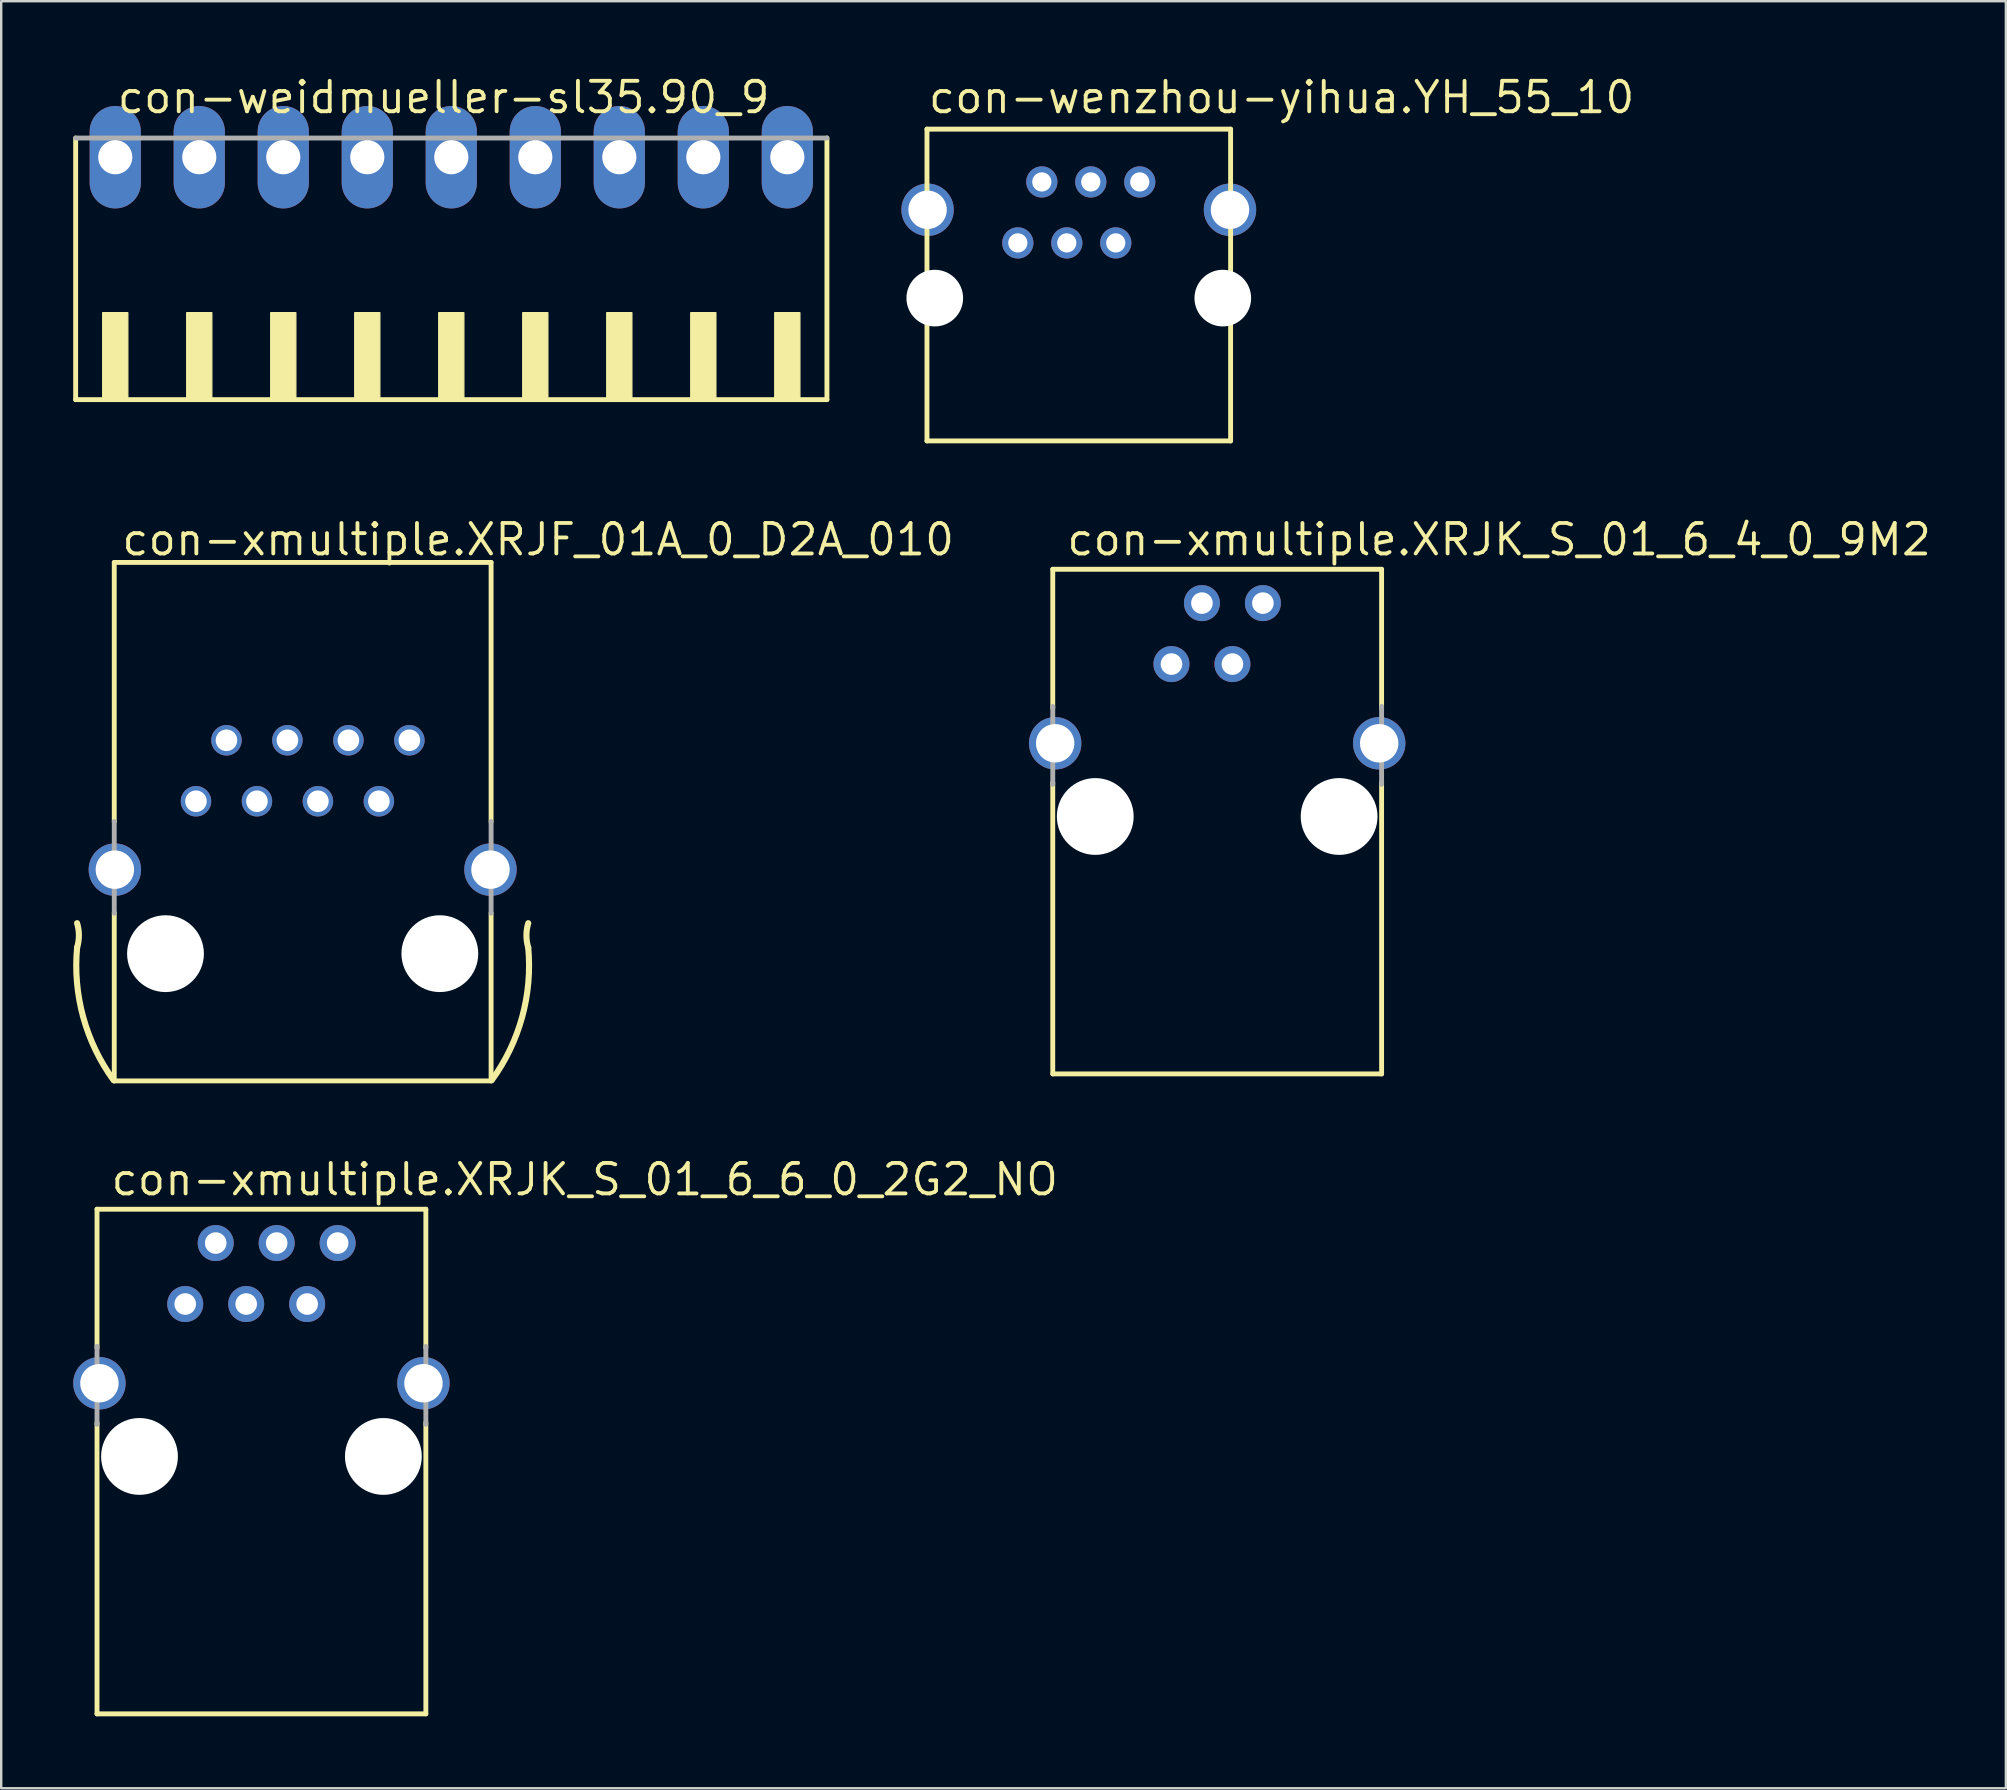
<source format=kicad_pcb>
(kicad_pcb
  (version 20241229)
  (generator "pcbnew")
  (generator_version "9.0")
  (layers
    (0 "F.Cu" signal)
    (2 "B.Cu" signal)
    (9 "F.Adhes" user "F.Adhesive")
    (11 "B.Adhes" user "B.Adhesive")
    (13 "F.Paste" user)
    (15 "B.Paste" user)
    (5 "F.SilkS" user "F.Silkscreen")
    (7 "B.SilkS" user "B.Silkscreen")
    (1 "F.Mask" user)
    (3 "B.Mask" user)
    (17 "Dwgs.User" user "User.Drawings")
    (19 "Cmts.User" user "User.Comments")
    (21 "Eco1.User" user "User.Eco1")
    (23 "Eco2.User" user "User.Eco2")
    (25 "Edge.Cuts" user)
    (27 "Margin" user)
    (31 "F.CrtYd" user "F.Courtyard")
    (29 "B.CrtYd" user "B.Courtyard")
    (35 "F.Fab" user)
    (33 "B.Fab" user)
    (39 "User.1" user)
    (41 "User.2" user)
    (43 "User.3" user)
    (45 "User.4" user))
  (footprint "con-xmultiple.XRJF_01A_0_D2A_010"
    (layer "F.Cu")
    (at 9.56 36.682)
    (property "Reference" "con-xmultiple.XRJF_01A_0_D2A_010" (at -7.62 -16.51 0) (layer "F.SilkS") (effects (font (size 1.27 1.27) (thickness 0.16)) (justify left bottom)))
    (attr through_hole)
    (fp_line (start -7.85 -16.3) (end -7.85 -5.495) (stroke (width 0.203) (type default)) (layer "F.SilkS"))
    (fp_line (start -7.85 -16.3) (end 7.85 -16.3) (stroke (width 0.203) (type default)) (layer "F.SilkS"))
    (fp_line (start -7.85 -1.695) (end -7.85 5.3) (stroke (width 0.203) (type default)) (layer "F.SilkS"))
    (fp_line (start -7.85 5.3) (end 7.85 5.3) (stroke (width 0.203) (type default)) (layer "F.SilkS"))
    (fp_line (start 7.85 -5.495) (end 7.85 -16.3) (stroke (width 0.203) (type default)) (layer "F.SilkS"))
    (fp_line (start 7.85 5.3) (end 7.85 -1.695) (stroke (width 0.203) (type default)) (layer "F.SilkS"))
    (fp_arc (start -9.398 -1.27) (mid -9.322789 -0.762) (end -9.398 -0.254) (stroke (width 0.254) (type default)) (layer "F.SilkS"))
    (fp_arc (start -7.875 5.275) (mid -9.141571 2.649625) (end -9.398 -0.254) (stroke (width 0.254) (type default)) (layer "F.SilkS"))
    (fp_arc (start 9.398 -0.254) (mid 9.141571 2.649625) (end 7.875 5.275) (stroke (width 0.254) (type default)) (layer "F.SilkS"))
    (fp_arc (start 9.398 -0.254) (mid 9.322789 -0.762) (end 9.398 -1.27) (stroke (width 0.254) (type default)) (layer "F.SilkS"))
    (fp_line (start -7.85 -5.505) (end -7.85 -1.685) (stroke (width 0.203) (type default)) (layer "F.Fab"))
    (fp_line (start 7.85 -1.685) (end 7.85 -5.505) (stroke (width 0.203) (type default)) (layer "F.Fab"))
    (pad "" np_thru_hole circle (at -5.715 0) (size 3.2 3.2) (drill 3.2) (layers "*.Cu" "*.Mask"))
    (pad "" np_thru_hole circle (at 5.715 0) (size 3.2 3.2) (drill 3.2) (layers "*.Cu" "*.Mask"))
    (pad "1" thru_hole circle (at -4.445 -6.35) (size 1.27 1.27) (drill 0.9) (layers "*.Cu" "*.Mask"))
    (pad "2" thru_hole circle (at -3.175 -8.89) (size 1.27 1.27) (drill 0.9) (layers "*.Cu" "*.Mask"))
    (pad "3" thru_hole circle (at -1.905 -6.35) (size 1.27 1.27) (drill 0.9) (layers "*.Cu" "*.Mask"))
    (pad "4" thru_hole circle (at -0.635 -8.89) (size 1.27 1.27) (drill 0.9) (layers "*.Cu" "*.Mask"))
    (pad "5" thru_hole circle (at 0.635 -6.35) (size 1.27 1.27) (drill 0.9) (layers "*.Cu" "*.Mask"))
    (pad "6" thru_hole circle (at 1.905 -8.89) (size 1.27 1.27) (drill 0.9) (layers "*.Cu" "*.Mask"))
    (pad "7" thru_hole circle (at 3.175 -6.35) (size 1.27 1.27) (drill 0.9) (layers "*.Cu" "*.Mask"))
    (pad "8" thru_hole circle (at 4.445 -8.89) (size 1.27 1.27) (drill 0.9) (layers "*.Cu" "*.Mask"))
    (pad "S1" thru_hole circle (at -7.825 -3.5) (size 2.184 2.184) (drill 1.6) (layers "*.Cu" "*.Mask"))
    (pad "S2" thru_hole circle (at 7.825 -3.5) (size 2.184 2.184) (drill 1.6) (layers "*.Cu" "*.Mask")))
  (footprint "con-weidmueller-sl35.90_9"
    (layer "F.Cu")
    (at 15.752 8.75)
    (property "Reference" "con-weidmueller-sl35.90_9" (at -14 -7 0) (layer "F.SilkS") (effects (font (size 1.27 1.27) (thickness 0.16)) (justify left bottom)))
    (attr through_hole)
    (fp_line (start -15.65 -6.05) (end -15.65 4.85) (stroke (width 0.203) (type default)) (layer "F.SilkS"))
    (fp_line (start -15.65 4.85) (end 15.65 4.85) (stroke (width 0.203) (type default)) (layer "F.SilkS"))
    (fp_line (start 15.65 4.85) (end 15.65 -6.05) (stroke (width 0.203) (type default)) (layer "F.SilkS"))
    (fp_rect (start -14.525 4.9) (end -13.475 1.225) (stroke (width 0.05) (type default)) (fill yes) (layer "F.SilkS"))
    (fp_rect (start -11.025 4.9) (end -9.975 1.225) (stroke (width 0.05) (type default)) (fill yes) (layer "F.SilkS"))
    (fp_rect (start -7.525 4.9) (end -6.475 1.225) (stroke (width 0.05) (type default)) (fill yes) (layer "F.SilkS"))
    (fp_rect (start -4.025 4.9) (end -2.975 1.225) (stroke (width 0.05) (type default)) (fill yes) (layer "F.SilkS"))
    (fp_rect (start -0.525 4.9) (end 0.525 1.225) (stroke (width 0.05) (type default)) (fill yes) (layer "F.SilkS"))
    (fp_rect (start 2.975 4.9) (end 4.025 1.225) (stroke (width 0.05) (type default)) (fill yes) (layer "F.SilkS"))
    (fp_rect (start 6.475 4.9) (end 7.525 1.225) (stroke (width 0.05) (type default)) (fill yes) (layer "F.SilkS"))
    (fp_rect (start 9.975 4.9) (end 11.025 1.225) (stroke (width 0.05) (type default)) (fill yes) (layer "F.SilkS"))
    (fp_rect (start 13.475 4.9) (end 14.525 1.225) (stroke (width 0.05) (type default)) (fill yes) (layer "F.SilkS"))
    (fp_line (start 15.65 -6.05) (end -15.65 -6.05) (stroke (width 0.203) (type default)) (layer "F.Fab"))
    (pad "1" thru_hole oval (at -14 -5.25 90) (size 4.267 2.134) (drill 1.422) (layers "*.Cu" "*.Mask"))
    (pad "2" thru_hole oval (at -10.5 -5.25 90) (size 4.267 2.134) (drill 1.422) (layers "*.Cu" "*.Mask"))
    (pad "3" thru_hole oval (at -7 -5.25 90) (size 4.267 2.134) (drill 1.422) (layers "*.Cu" "*.Mask"))
    (pad "4" thru_hole oval (at -3.5 -5.25 90) (size 4.267 2.134) (drill 1.422) (layers "*.Cu" "*.Mask"))
    (pad "5" thru_hole oval (at 0 -5.25 90) (size 4.267 2.134) (drill 1.422) (layers "*.Cu" "*.Mask"))
    (pad "6" thru_hole oval (at 3.5 -5.25 90) (size 4.267 2.134) (drill 1.422) (layers "*.Cu" "*.Mask"))
    (pad "7" thru_hole oval (at 7 -5.25 90) (size 4.267 2.134) (drill 1.422) (layers "*.Cu" "*.Mask"))
    (pad "8" thru_hole oval (at 10.5 -5.25 90) (size 4.267 2.134) (drill 1.422) (layers "*.Cu" "*.Mask"))
    (pad "9" thru_hole oval (at 14 -5.25 90) (size 4.267 2.134) (drill 1.422) (layers "*.Cu" "*.Mask")))
  (footprint "con-xmultiple.XRJK_S_01_6_4_0_9M2"
    (layer "F.Cu")
    (at 47.661 30.967)
    (property "Reference" "con-xmultiple.XRJK_S_01_6_4_0_9M2" (at -6.35 -10.795 0) (layer "F.SilkS") (effects (font (size 1.27 1.27) (thickness 0.16)) (justify left bottom)))
    (attr through_hole)
    (fp_line (start -6.85 -10.3) (end 6.85 -10.3) (stroke (width 0.203) (type default)) (layer "F.SilkS"))
    (fp_line (start -6.85 -4.515) (end -6.85 -10.3) (stroke (width 0.203) (type default)) (layer "F.SilkS"))
    (fp_line (start -6.85 10.725) (end -6.85 -1.41) (stroke (width 0.203) (type default)) (layer "F.SilkS"))
    (fp_line (start 6.85 -10.3) (end 6.85 -4.515) (stroke (width 0.203) (type default)) (layer "F.SilkS"))
    (fp_line (start 6.85 -1.41) (end 6.85 10.725) (stroke (width 0.203) (type default)) (layer "F.SilkS"))
    (fp_line (start 6.85 10.725) (end -6.85 10.725) (stroke (width 0.203) (type default)) (layer "F.SilkS"))
    (fp_line (start -6.85 -1.34) (end -6.85 -4.585) (stroke (width 0.203) (type default)) (layer "F.Fab"))
    (fp_line (start 6.85 -4.585) (end 6.85 -1.34) (stroke (width 0.203) (type default)) (layer "F.Fab"))
    (pad "" np_thru_hole circle (at -5.08 0) (size 3.2 3.2) (drill 3.2) (layers "*.Cu" "*.Mask"))
    (pad "" np_thru_hole circle (at 5.08 0) (size 3.2 3.2) (drill 3.2) (layers "*.Cu" "*.Mask"))
    (pad "1" thru_hole circle (at -1.905 -6.35) (size 1.5 1.5) (drill 0.9) (layers "*.Cu" "*.Mask"))
    (pad "2" thru_hole circle (at -0.635 -8.89) (size 1.5 1.5) (drill 0.9) (layers "*.Cu" "*.Mask"))
    (pad "3" thru_hole circle (at 0.635 -6.35) (size 1.5 1.5) (drill 0.9) (layers "*.Cu" "*.Mask"))
    (pad "4" thru_hole circle (at 1.905 -8.89) (size 1.5 1.5) (drill 0.9) (layers "*.Cu" "*.Mask"))
    (pad "S1" thru_hole circle (at -6.75 -3.05) (size 2.184 2.184) (drill 1.6) (layers "*.Cu" "*.Mask"))
    (pad "S2" thru_hole circle (at 6.75 -3.05) (size 2.184 2.184) (drill 1.6) (layers "*.Cu" "*.Mask")))
  (footprint "con-wenzhou-yihua.YH_55_10"
    (layer "F.Cu")
    (at 41.895 9.37)
    (property "Reference" "con-wenzhou-yihua.YH_55_10" (at -6.35 -7.62 0) (layer "F.SilkS") (effects (font (size 1.27 1.27) (thickness 0.16)) (justify left bottom)))
    (attr through_hole)
    (fp_line (start -6.325 -7.04) (end -6.325 -0.75) (stroke (width 0.203) (type default)) (layer "F.SilkS"))
    (fp_line (start -6.325 -0.75) (end -6.325 0.75) (stroke (width 0.203) (type default)) (layer "F.SilkS"))
    (fp_line (start -6.325 0.75) (end -6.325 5.95) (stroke (width 0.203) (type default)) (layer "F.SilkS"))
    (fp_line (start -6.325 5.95) (end 6.325 5.95) (stroke (width 0.203) (type default)) (layer "F.SilkS"))
    (fp_line (start 6.325 -7.04) (end -6.325 -7.04) (stroke (width 0.203) (type default)) (layer "F.SilkS"))
    (fp_line (start 6.325 0.75) (end 6.325 -7.04) (stroke (width 0.203) (type default)) (layer "F.SilkS"))
    (fp_line (start 6.325 5.95) (end 6.325 0.75) (stroke (width 0.203) (type default)) (layer "F.SilkS"))
    (fp_arc (start -6.325 0.75) (mid -6.825369 0) (end -6.325 -0.75) (stroke (width 0.2032) (type default)) (layer "F.SilkS"))
    (fp_arc (start 6.325 -0.75) (mid 6.825369 0) (end 6.325 0.75) (stroke (width 0.2032) (type default)) (layer "F.SilkS"))
    (pad "" np_thru_hole circle (at -6 0) (size 2.36 2.36) (drill 2.36) (layers "*.Cu" "*.Mask"))
    (pad "" np_thru_hole circle (at 6 0) (size 2.36 2.36) (drill 2.36) (layers "*.Cu" "*.Mask"))
    (pad "1" thru_hole circle (at -2.54 -2.3) (size 1.3 1.3) (drill 0.8) (layers "*.Cu" "*.Mask"))
    (pad "2" thru_hole circle (at -1.54 -4.84) (size 1.3 1.3) (drill 0.8) (layers "*.Cu" "*.Mask"))
    (pad "3" thru_hole circle (at -0.5 -2.3) (size 1.3 1.3) (drill 0.8) (layers "*.Cu" "*.Mask"))
    (pad "4" thru_hole circle (at 0.5 -4.84) (size 1.3 1.3) (drill 0.8) (layers "*.Cu" "*.Mask"))
    (pad "5" thru_hole circle (at 1.54 -2.3) (size 1.3 1.3) (drill 0.8) (layers "*.Cu" "*.Mask"))
    (pad "6" thru_hole circle (at 2.54 -4.84) (size 1.3 1.3) (drill 0.8) (layers "*.Cu" "*.Mask"))
    (pad "S1" thru_hole circle (at -6.3 -3.68) (size 2.184 2.184) (drill 1.6) (layers "*.Cu" "*.Mask"))
    (pad "S2" thru_hole circle (at 6.3 -3.68) (size 2.184 2.184) (drill 1.6) (layers "*.Cu" "*.Mask")))
  (footprint "con-xmultiple.XRJK_S_01_6_6_0_2G2_NO"
    (layer "F.Cu")
    (at 7.842 57.629)
    (property "Reference" "con-xmultiple.XRJK_S_01_6_6_0_2G2_NO" (at -6.35 -10.795 0) (layer "F.SilkS") (effects (font (size 1.27 1.27) (thickness 0.16)) (justify left bottom)))
    (attr through_hole)
    (fp_line (start -6.85 -10.3) (end 6.85 -10.3) (stroke (width 0.203) (type default)) (layer "F.SilkS"))
    (fp_line (start -6.85 -4.515) (end -6.85 -10.3) (stroke (width 0.203) (type default)) (layer "F.SilkS"))
    (fp_line (start -6.85 10.725) (end -6.85 -1.41) (stroke (width 0.203) (type default)) (layer "F.SilkS"))
    (fp_line (start 6.85 -10.3) (end 6.85 -4.515) (stroke (width 0.203) (type default)) (layer "F.SilkS"))
    (fp_line (start 6.85 -1.41) (end 6.85 10.725) (stroke (width 0.203) (type default)) (layer "F.SilkS"))
    (fp_line (start 6.85 10.725) (end -6.85 10.725) (stroke (width 0.203) (type default)) (layer "F.SilkS"))
    (fp_line (start -6.85 -1.34) (end -6.85 -4.585) (stroke (width 0.203) (type default)) (layer "F.Fab"))
    (fp_line (start 6.85 -4.585) (end 6.85 -1.34) (stroke (width 0.203) (type default)) (layer "F.Fab"))
    (pad "" np_thru_hole circle (at -5.08 0) (size 3.2 3.2) (drill 3.2) (layers "*.Cu" "*.Mask"))
    (pad "" np_thru_hole circle (at 5.08 0) (size 3.2 3.2) (drill 3.2) (layers "*.Cu" "*.Mask"))
    (pad "1" thru_hole circle (at -3.175 -6.35) (size 1.5 1.5) (drill 0.9) (layers "*.Cu" "*.Mask"))
    (pad "2" thru_hole circle (at -1.905 -8.89) (size 1.5 1.5) (drill 0.9) (layers "*.Cu" "*.Mask"))
    (pad "3" thru_hole circle (at -0.635 -6.35) (size 1.5 1.5) (drill 0.9) (layers "*.Cu" "*.Mask"))
    (pad "4" thru_hole circle (at 0.635 -8.89) (size 1.5 1.5) (drill 0.9) (layers "*.Cu" "*.Mask"))
    (pad "5" thru_hole circle (at 1.905 -6.35) (size 1.5 1.5) (drill 0.9) (layers "*.Cu" "*.Mask"))
    (pad "6" thru_hole circle (at 3.175 -8.89) (size 1.5 1.5) (drill 0.9) (layers "*.Cu" "*.Mask"))
    (pad "S1" thru_hole circle (at -6.75 -3.05) (size 2.184 2.184) (drill 1.6) (layers "*.Cu" "*.Mask"))
    (pad "S2" thru_hole circle (at 6.75 -3.05) (size 2.184 2.184) (drill 1.6) (layers "*.Cu" "*.Mask")))
  (gr_rect
    (start -3 -3)
    (end 80.52 71.455)
    (stroke (width 0.1) (type default))
    (fill no)
    (layer "Edge.Cuts")))
</source>
